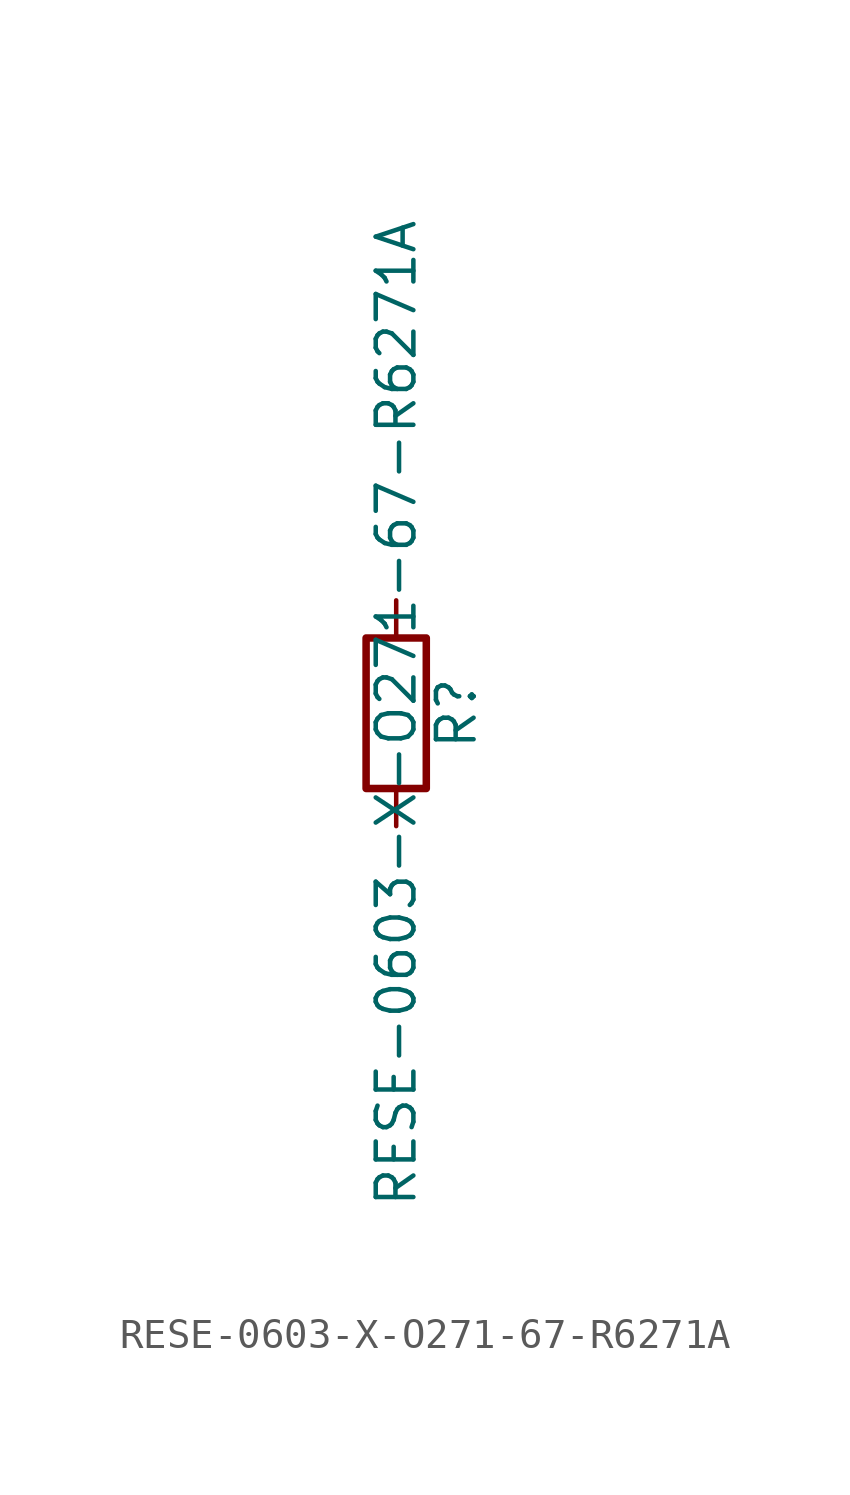
<source format=kicad_sym>
(kicad_symbol_lib
  (version 20211014)
  (generator kicad_symbol_editor)
  (symbol "RESE-0603-X-O271-67-R6271A"
    (pin_numbers hide)
    (pin_names
      (offset 0))
    (property "Reference" "R"
      (at 2.032 0 90)
      (effects (font (size 1.27 1.27))))
    (property "Value" "RESE-0603-X-O271-67-R6271A"
      (at 0 0 90)
      (effects (font (size 1.27 1.27))))
    (symbol "RESE-0603-X-O271-67-R6271A_0_1"
      (rectangle (start -1.016 -2.54) (end 1.016 2.54) (stroke (width 0.254) (type default) (color 0 0 0 0)) (fill (type none))))
    (symbol "RESE-0603-X-O271-67-R6271A_1_1"
      (pin passive line (at 0 3.81 270) (length 1.27) (name "~" (effects (font (size 1.27 1.27)))) (number "1" (effects (font (size 1.27 1.27)))))
      (pin passive line (at 0 -3.81 90) (length 1.27) (name "~" (effects (font (size 1.27 1.27)))) (number "2" (effects (font (size 1.27 1.27))))))))
</source>
